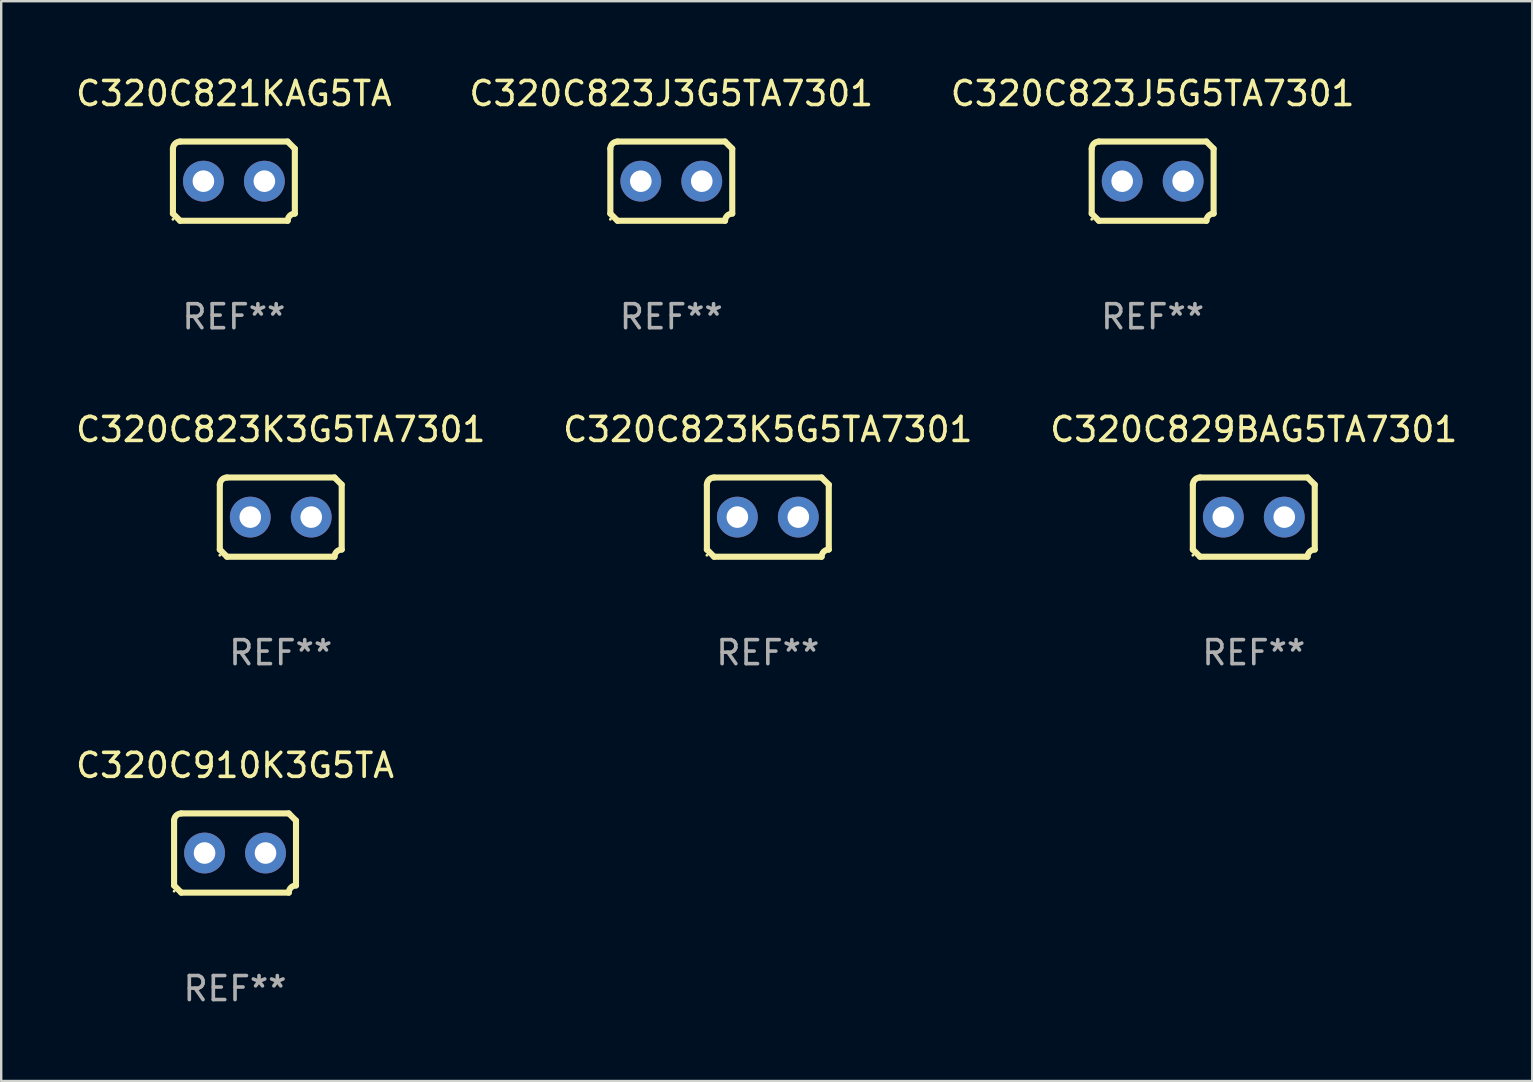
<source format=kicad_pcb>
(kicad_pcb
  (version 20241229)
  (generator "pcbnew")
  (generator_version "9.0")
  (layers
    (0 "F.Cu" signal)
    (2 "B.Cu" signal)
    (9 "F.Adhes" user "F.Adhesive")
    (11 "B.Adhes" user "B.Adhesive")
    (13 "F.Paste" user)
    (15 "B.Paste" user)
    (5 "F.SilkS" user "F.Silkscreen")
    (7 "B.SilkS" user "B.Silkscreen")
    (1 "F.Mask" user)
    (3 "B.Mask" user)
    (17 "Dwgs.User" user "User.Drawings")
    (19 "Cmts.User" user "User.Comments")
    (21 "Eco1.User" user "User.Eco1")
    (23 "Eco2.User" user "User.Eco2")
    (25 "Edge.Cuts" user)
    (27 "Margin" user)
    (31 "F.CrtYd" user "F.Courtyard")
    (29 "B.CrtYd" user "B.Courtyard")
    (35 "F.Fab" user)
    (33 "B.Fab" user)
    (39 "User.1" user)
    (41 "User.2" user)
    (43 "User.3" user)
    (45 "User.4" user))
  (footprint "C320C910K3G5TA"
    (layer "F.Cu")
    (at 6.744 32.496)
    (property "Reference" "C320C910K3G5TA" (at 0 -3.651 0) (layer "F.SilkS") (effects (font (size 1 1) (thickness 0.15))))
    (attr through_hole)
    (fp_line (start -2.54 -1.351) (end -2.54 1.351) (stroke (width 0.254) (type solid)) (layer "F.SilkS"))
    (fp_line (start -2.24 -1.651) (end 2.24 -1.651) (stroke (width 0.254) (type solid)) (layer "F.SilkS"))
    (fp_line (start 2.24 1.651) (end -2.24 1.651) (stroke (width 0.254) (type solid)) (layer "F.SilkS"))
    (fp_line (start 2.54 1.351) (end 2.54 -1.351) (stroke (width 0.254) (type solid)) (layer "F.SilkS"))
    (fp_arc (start -2.540005 -1.351283) (mid -2.450115 -1.561309) (end -2.240005 -1.651003) (stroke (width 0.254001) (type solid)) (layer "F.SilkS"))
    (fp_arc (start -2.240287 1.651001) (mid -2.390163 1.501019) (end -2.540005 1.351003) (stroke (width 0.254001) (type solid)) (layer "F.SilkS"))
    (fp_arc (start 2.240005 1.651003) (mid 2.329934 1.441015) (end 2.540005 1.351282) (stroke (width 0.254001) (type solid)) (layer "F.SilkS"))
    (fp_arc (start 2.540005 -1.351003) (mid 2.389393 -1.500252) (end 2.240284 -1.651003) (stroke (width 0.254001) (type solid)) (layer "F.SilkS"))
    (fp_circle (center -2.54 1.59) (end -2.51 1.59) (stroke (width 0.06) (type solid)) (fill no) (layer "F.SilkS"))
    (fp_text user "REF**" (at 0 5.651 0) (layer "F.Fab") (effects (font (size 1 1) (thickness 0.15))))
    (pad "1" thru_hole circle (at -1.27 0) (size 1.7 1.7) (drill 0.9) (layers "*.Cu" "*.Mask"))
    (pad "2" thru_hole circle (at 1.27 0) (size 1.7 1.7) (drill 0.9) (layers "*.Cu" "*.Mask")))
  (footprint "C320C823J3G5TA7301"
    (layer "F.Cu")
    (at 24.923 4.499)
    (property "Reference" "C320C823J3G5TA7301" (at 0 -3.651 0) (layer "F.SilkS") (effects (font (size 1 1) (thickness 0.15))))
    (attr through_hole)
    (fp_line (start -2.54 -1.351) (end -2.54 1.351) (stroke (width 0.254) (type solid)) (layer "F.SilkS"))
    (fp_line (start -2.24 -1.651) (end 2.24 -1.651) (stroke (width 0.254) (type solid)) (layer "F.SilkS"))
    (fp_line (start 2.24 1.651) (end -2.24 1.651) (stroke (width 0.254) (type solid)) (layer "F.SilkS"))
    (fp_line (start 2.54 1.351) (end 2.54 -1.351) (stroke (width 0.254) (type solid)) (layer "F.SilkS"))
    (fp_arc (start -2.540005 -1.351283) (mid -2.450115 -1.561309) (end -2.240005 -1.651003) (stroke (width 0.254001) (type solid)) (layer "F.SilkS"))
    (fp_arc (start -2.240287 1.651001) (mid -2.390163 1.501019) (end -2.540005 1.351003) (stroke (width 0.254001) (type solid)) (layer "F.SilkS"))
    (fp_arc (start 2.240005 1.651003) (mid 2.329934 1.441015) (end 2.540005 1.351282) (stroke (width 0.254001) (type solid)) (layer "F.SilkS"))
    (fp_arc (start 2.540005 -1.351003) (mid 2.389393 -1.500252) (end 2.240284 -1.651003) (stroke (width 0.254001) (type solid)) (layer "F.SilkS"))
    (fp_circle (center -2.54 1.59) (end -2.51 1.59) (stroke (width 0.06) (type solid)) (fill no) (layer "F.SilkS"))
    (fp_text user "REF**" (at 0 5.651 0) (layer "F.Fab") (effects (font (size 1 1) (thickness 0.15))))
    (pad "1" thru_hole circle (at -1.27 0) (size 1.7 1.7) (drill 0.9) (layers "*.Cu" "*.Mask"))
    (pad "2" thru_hole circle (at 1.27 0) (size 1.7 1.7) (drill 0.9) (layers "*.Cu" "*.Mask")))
  (footprint "C320C823J5G5TA7301"
    (layer "F.Cu")
    (at 44.982 4.499)
    (property "Reference" "C320C823J5G5TA7301" (at 0 -3.651 0) (layer "F.SilkS") (effects (font (size 1 1) (thickness 0.15))))
    (attr through_hole)
    (fp_line (start -2.54 -1.351) (end -2.54 1.351) (stroke (width 0.254) (type solid)) (layer "F.SilkS"))
    (fp_line (start -2.24 -1.651) (end 2.24 -1.651) (stroke (width 0.254) (type solid)) (layer "F.SilkS"))
    (fp_line (start 2.24 1.651) (end -2.24 1.651) (stroke (width 0.254) (type solid)) (layer "F.SilkS"))
    (fp_line (start 2.54 1.351) (end 2.54 -1.351) (stroke (width 0.254) (type solid)) (layer "F.SilkS"))
    (fp_arc (start -2.540005 -1.351283) (mid -2.450115 -1.561309) (end -2.240005 -1.651003) (stroke (width 0.254001) (type solid)) (layer "F.SilkS"))
    (fp_arc (start -2.240287 1.651001) (mid -2.390163 1.501019) (end -2.540005 1.351003) (stroke (width 0.254001) (type solid)) (layer "F.SilkS"))
    (fp_arc (start 2.240005 1.651003) (mid 2.329934 1.441015) (end 2.540005 1.351282) (stroke (width 0.254001) (type solid)) (layer "F.SilkS"))
    (fp_arc (start 2.540005 -1.351003) (mid 2.389393 -1.500252) (end 2.240284 -1.651003) (stroke (width 0.254001) (type solid)) (layer "F.SilkS"))
    (fp_circle (center -2.54 1.59) (end -2.51 1.59) (stroke (width 0.06) (type solid)) (fill no) (layer "F.SilkS"))
    (fp_text user "REF**" (at 0 5.651 0) (layer "F.Fab") (effects (font (size 1 1) (thickness 0.15))))
    (pad "1" thru_hole circle (at -1.27 0) (size 1.7 1.7) (drill 0.9) (layers "*.Cu" "*.Mask"))
    (pad "2" thru_hole circle (at 1.27 0) (size 1.7 1.7) (drill 0.9) (layers "*.Cu" "*.Mask")))
  (footprint "C320C823K3G5TA7301"
    (layer "F.Cu")
    (at 8.649 18.498)
    (property "Reference" "C320C823K3G5TA7301" (at 0 -3.651 0) (layer "F.SilkS") (effects (font (size 1 1) (thickness 0.15))))
    (attr through_hole)
    (fp_line (start -2.54 -1.351) (end -2.54 1.351) (stroke (width 0.254) (type solid)) (layer "F.SilkS"))
    (fp_line (start -2.24 -1.651) (end 2.24 -1.651) (stroke (width 0.254) (type solid)) (layer "F.SilkS"))
    (fp_line (start 2.24 1.651) (end -2.24 1.651) (stroke (width 0.254) (type solid)) (layer "F.SilkS"))
    (fp_line (start 2.54 1.351) (end 2.54 -1.351) (stroke (width 0.254) (type solid)) (layer "F.SilkS"))
    (fp_arc (start -2.540005 -1.351283) (mid -2.450115 -1.561309) (end -2.240005 -1.651003) (stroke (width 0.254001) (type solid)) (layer "F.SilkS"))
    (fp_arc (start -2.240287 1.651001) (mid -2.390163 1.501019) (end -2.540005 1.351003) (stroke (width 0.254001) (type solid)) (layer "F.SilkS"))
    (fp_arc (start 2.240005 1.651003) (mid 2.329934 1.441015) (end 2.540005 1.351282) (stroke (width 0.254001) (type solid)) (layer "F.SilkS"))
    (fp_arc (start 2.540005 -1.351003) (mid 2.389393 -1.500252) (end 2.240284 -1.651003) (stroke (width 0.254001) (type solid)) (layer "F.SilkS"))
    (fp_circle (center -2.54 1.59) (end -2.51 1.59) (stroke (width 0.06) (type solid)) (fill no) (layer "F.SilkS"))
    (fp_text user "REF**" (at 0 5.651 0) (layer "F.Fab") (effects (font (size 1 1) (thickness 0.15))))
    (pad "1" thru_hole circle (at -1.27 0) (size 1.7 1.7) (drill 0.9) (layers "*.Cu" "*.Mask"))
    (pad "2" thru_hole circle (at 1.27 0) (size 1.7 1.7) (drill 0.9) (layers "*.Cu" "*.Mask")))
  (footprint "C320C823K5G5TA7301"
    (layer "F.Cu")
    (at 28.946 18.498)
    (property "Reference" "C320C823K5G5TA7301" (at 0 -3.651 0) (layer "F.SilkS") (effects (font (size 1 1) (thickness 0.15))))
    (attr through_hole)
    (fp_line (start -2.54 -1.351) (end -2.54 1.351) (stroke (width 0.254) (type solid)) (layer "F.SilkS"))
    (fp_line (start -2.24 -1.651) (end 2.24 -1.651) (stroke (width 0.254) (type solid)) (layer "F.SilkS"))
    (fp_line (start 2.24 1.651) (end -2.24 1.651) (stroke (width 0.254) (type solid)) (layer "F.SilkS"))
    (fp_line (start 2.54 1.351) (end 2.54 -1.351) (stroke (width 0.254) (type solid)) (layer "F.SilkS"))
    (fp_arc (start -2.540005 -1.351283) (mid -2.450115 -1.561309) (end -2.240005 -1.651003) (stroke (width 0.254001) (type solid)) (layer "F.SilkS"))
    (fp_arc (start -2.240287 1.651001) (mid -2.390163 1.501019) (end -2.540005 1.351003) (stroke (width 0.254001) (type solid)) (layer "F.SilkS"))
    (fp_arc (start 2.240005 1.651003) (mid 2.329934 1.441015) (end 2.540005 1.351282) (stroke (width 0.254001) (type solid)) (layer "F.SilkS"))
    (fp_arc (start 2.540005 -1.351003) (mid 2.389393 -1.500252) (end 2.240284 -1.651003) (stroke (width 0.254001) (type solid)) (layer "F.SilkS"))
    (fp_circle (center -2.54 1.59) (end -2.51 1.59) (stroke (width 0.06) (type solid)) (fill no) (layer "F.SilkS"))
    (fp_text user "REF**" (at 0 5.651 0) (layer "F.Fab") (effects (font (size 1 1) (thickness 0.15))))
    (pad "1" thru_hole circle (at -1.27 0) (size 1.7 1.7) (drill 0.9) (layers "*.Cu" "*.Mask"))
    (pad "2" thru_hole circle (at 1.27 0) (size 1.7 1.7) (drill 0.9) (layers "*.Cu" "*.Mask")))
  (footprint "C320C829BAG5TA7301"
    (layer "F.Cu")
    (at 49.196 18.498)
    (property "Reference" "C320C829BAG5TA7301" (at 0 -3.651 0) (layer "F.SilkS") (effects (font (size 1 1) (thickness 0.15))))
    (attr through_hole)
    (fp_line (start -2.54 -1.351) (end -2.54 1.351) (stroke (width 0.254) (type solid)) (layer "F.SilkS"))
    (fp_line (start -2.24 -1.651) (end 2.24 -1.651) (stroke (width 0.254) (type solid)) (layer "F.SilkS"))
    (fp_line (start 2.24 1.651) (end -2.24 1.651) (stroke (width 0.254) (type solid)) (layer "F.SilkS"))
    (fp_line (start 2.54 1.351) (end 2.54 -1.351) (stroke (width 0.254) (type solid)) (layer "F.SilkS"))
    (fp_arc (start -2.540005 -1.351283) (mid -2.450115 -1.561309) (end -2.240005 -1.651003) (stroke (width 0.254001) (type solid)) (layer "F.SilkS"))
    (fp_arc (start -2.240287 1.651001) (mid -2.390163 1.501019) (end -2.540005 1.351003) (stroke (width 0.254001) (type solid)) (layer "F.SilkS"))
    (fp_arc (start 2.240005 1.651003) (mid 2.329934 1.441015) (end 2.540005 1.351282) (stroke (width 0.254001) (type solid)) (layer "F.SilkS"))
    (fp_arc (start 2.540005 -1.351003) (mid 2.389393 -1.500252) (end 2.240284 -1.651003) (stroke (width 0.254001) (type solid)) (layer "F.SilkS"))
    (fp_circle (center -2.54 1.59) (end -2.51 1.59) (stroke (width 0.06) (type solid)) (fill no) (layer "F.SilkS"))
    (fp_text user "REF**" (at 0 5.651 0) (layer "F.Fab") (effects (font (size 1 1) (thickness 0.15))))
    (pad "1" thru_hole circle (at -1.27 0) (size 1.7 1.7) (drill 0.9) (layers "*.Cu" "*.Mask"))
    (pad "2" thru_hole circle (at 1.27 0) (size 1.7 1.7) (drill 0.9) (layers "*.Cu" "*.Mask")))
  (footprint "C320C821KAG5TA"
    (layer "F.Cu")
    (at 6.696 4.499)
    (property "Reference" "C320C821KAG5TA" (at 0 -3.651 0) (layer "F.SilkS") (effects (font (size 1 1) (thickness 0.15))))
    (attr through_hole)
    (fp_line (start -2.54 -1.351) (end -2.54 1.351) (stroke (width 0.254) (type solid)) (layer "F.SilkS"))
    (fp_line (start -2.24 -1.651) (end 2.24 -1.651) (stroke (width 0.254) (type solid)) (layer "F.SilkS"))
    (fp_line (start 2.24 1.651) (end -2.24 1.651) (stroke (width 0.254) (type solid)) (layer "F.SilkS"))
    (fp_line (start 2.54 1.351) (end 2.54 -1.351) (stroke (width 0.254) (type solid)) (layer "F.SilkS"))
    (fp_arc (start -2.540005 -1.351283) (mid -2.450115 -1.561309) (end -2.240005 -1.651003) (stroke (width 0.254001) (type solid)) (layer "F.SilkS"))
    (fp_arc (start -2.240287 1.651001) (mid -2.390163 1.501019) (end -2.540005 1.351003) (stroke (width 0.254001) (type solid)) (layer "F.SilkS"))
    (fp_arc (start 2.240005 1.651003) (mid 2.329934 1.441015) (end 2.540005 1.351282) (stroke (width 0.254001) (type solid)) (layer "F.SilkS"))
    (fp_arc (start 2.540005 -1.351003) (mid 2.389393 -1.500252) (end 2.240284 -1.651003) (stroke (width 0.254001) (type solid)) (layer "F.SilkS"))
    (fp_circle (center -2.54 1.59) (end -2.51 1.59) (stroke (width 0.06) (type solid)) (fill no) (layer "F.SilkS"))
    (fp_text user "REF**" (at 0 5.651 0) (layer "F.Fab") (effects (font (size 1 1) (thickness 0.15))))
    (pad "1" thru_hole circle (at -1.27 0) (size 1.7 1.7) (drill 0.9) (layers "*.Cu" "*.Mask"))
    (pad "2" thru_hole circle (at 1.27 0) (size 1.7 1.7) (drill 0.9) (layers "*.Cu" "*.Mask")))
  (gr_rect
    (start -3 -3)
    (end 60.798 41.996)
    (stroke (width 0.1) (type default))
    (fill no)
    (layer "Edge.Cuts")))
</source>
